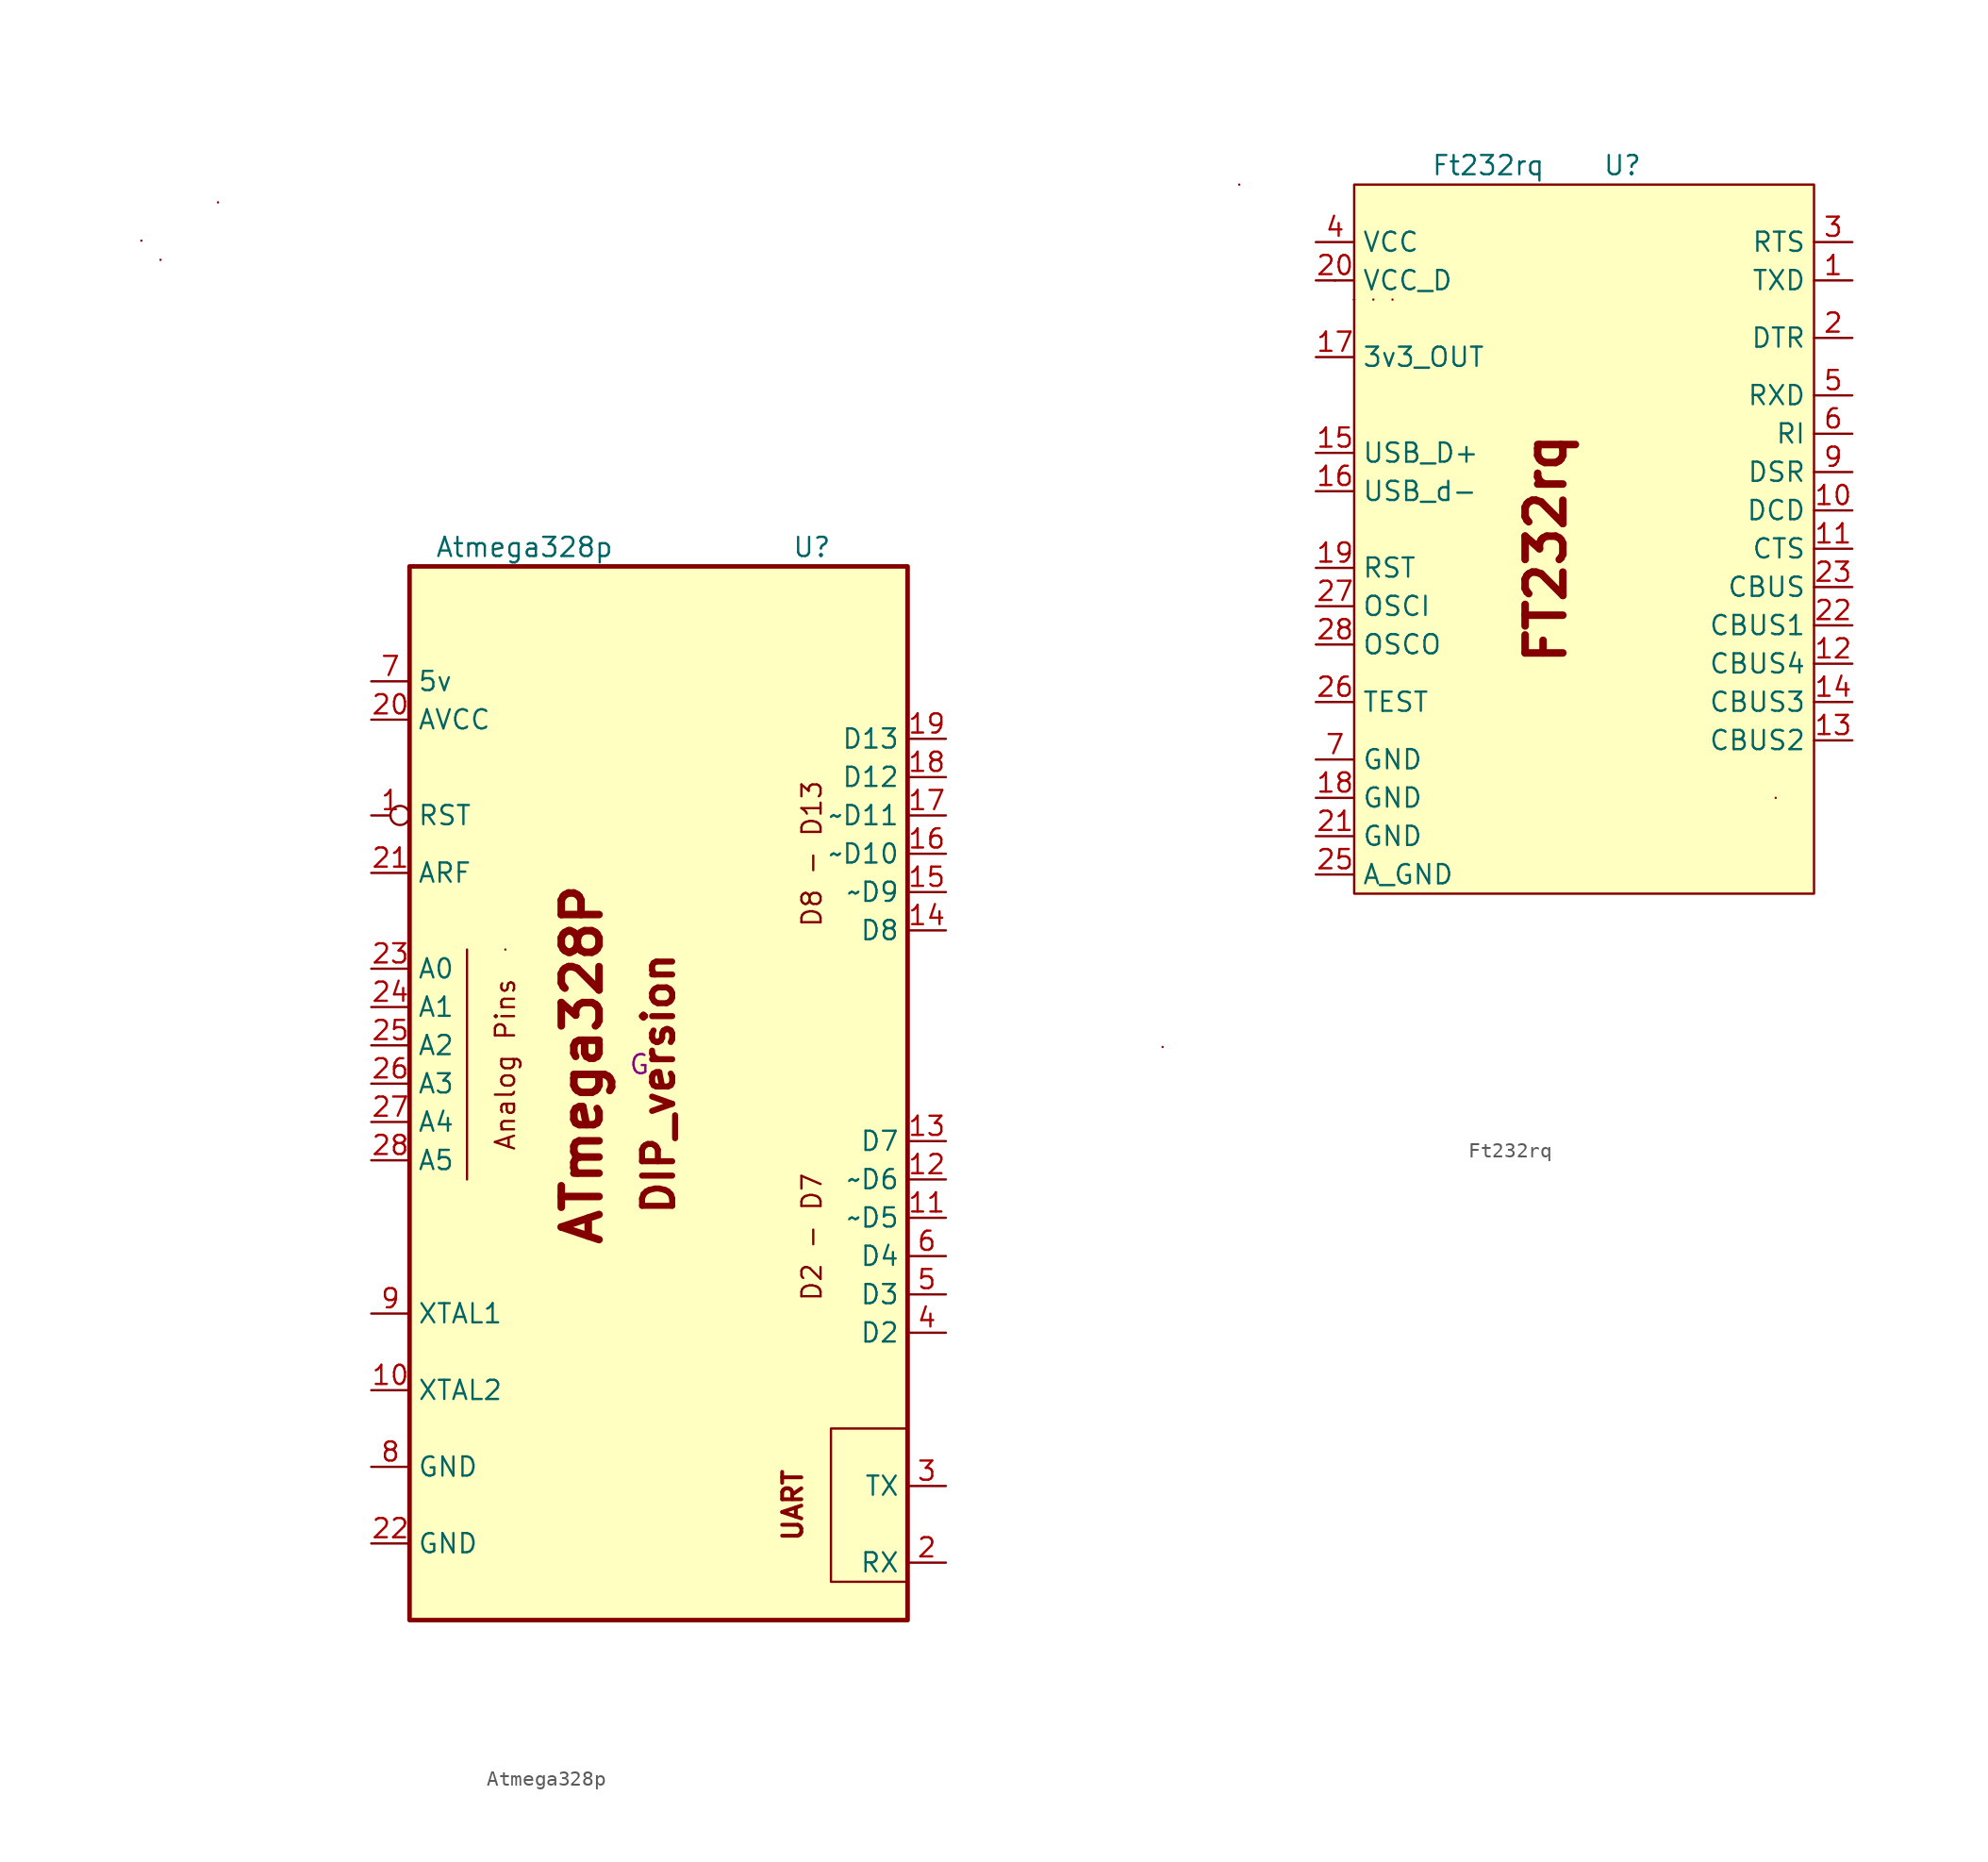
<source format=kicad_sym>
(kicad_symbol_lib
  (version 20211014)
  (generator kicad_symbol_editor)
  (symbol "Atmega328p"
    (property "Reference" "U"
      (at 11.43 34.29 0)
      (effects (font (size 1.27 1.27))))
    (property "Value" "Atmega328p"
      (at -7.62 34.29 0)
      (effects (font (size 1.27 1.27))))
    (property "Manfucture" "G"
      (at 0 0 0)
      (effects (font (size 1.27 1.27))))
    (symbol "Atmega328p_0_0"
      (polyline (pts (xy 17.78 -24.13) (xy 12.7 -24.13) (xy 12.7 -34.29) (xy 17.78 -34.29) (xy 17.78 -35.56)) (stroke (width 0) (type default) (color 0 0 0 0)) (fill (type none)))
      (text "Analog Pins" (at -8.89 0 900) (effects (font (size 1.27 1.27))))
      (text "ATmega328P" (at -3.81 0 900) (effects (font (size 2.5 2.5) bold)))
      (text "D2 - D7" (at 11.43 -11.43 900) (effects (font (size 1.27 1.27))))
      (text "D8 - D13" (at 11.43 13.97 900) (effects (font (size 1.27 1.27))))
      (text "DIP_version" (at 1.27 -1.27 900) (effects (font (size 2 2) bold)))
      (text "UART" (at 10.16 -29.21 900) (effects (font (size 1.27 1.27) bold))))
    (symbol "Atmega328p_0_1"
      (rectangle (start -33.02 54.61) (end -33.02 54.61) (stroke (width 0) (type default) (color 0 0 0 0)) (fill (type none)))
      (rectangle (start -31.75 53.34) (end -31.75 53.34) (stroke (width 0) (type default) (color 0 0 0 0)) (fill (type none)))
      (rectangle (start -27.94 57.15) (end -27.94 57.15) (stroke (width 0) (type default) (color 0 0 0 0)) (fill (type none)))
      (rectangle (start -15.24 33.02) (end 17.78 -36.83) (stroke (width 0.3) (type default) (color 0 0 0 0)) (fill (type background)))
      (arc (start -8.89 7.62) (mid -8.89 7.62) (end -8.89 7.62) (stroke (width 0) (type default) (color 0 0 0 0)) (fill (type none)))
      (polyline (pts (xy -11.43 7.62) (xy -11.43 -7.62)) (stroke (width 0) (type default) (color 0 0 0 0)) (fill (type none))))
    (symbol "Atmega328p_1_1"
      (pin passive inverted (at -17.78 16.51 0) (length 2.54) (name "RST" (effects (font (size 1.27 1.27)))) (number "1" (effects (font (size 1.27 1.27)))))
      (pin passive line (at -17.78 -21.59 0) (length 2.54) (name "XTAL2" (effects (font (size 1.27 1.27)))) (number "10" (effects (font (size 1.27 1.27)))))
      (pin bidirectional line (at 20.32 -10.16 180) (length 2.54) (name "~D5" (effects (font (size 1.27 1.27)))) (number "11" (effects (font (size 1.27 1.27)))))
      (pin bidirectional line (at 20.32 -7.62 180) (length 2.54) (name "~D6" (effects (font (size 1.27 1.27)))) (number "12" (effects (font (size 1.27 1.27)))))
      (pin bidirectional line (at 20.32 -5.08 180) (length 2.54) (name "D7" (effects (font (size 1.27 1.27)))) (number "13" (effects (font (size 1.27 1.27)))))
      (pin bidirectional line (at 20.32 8.89 180) (length 2.54) (name "D8" (effects (font (size 1.27 1.27)))) (number "14" (effects (font (size 1.27 1.27)))))
      (pin bidirectional line (at 20.32 11.43 180) (length 2.54) (name "~D9" (effects (font (size 1.27 1.27)))) (number "15" (effects (font (size 1.27 1.27)))))
      (pin bidirectional line (at 20.32 13.97 180) (length 2.54) (name "~D10" (effects (font (size 1.27 1.27)))) (number "16" (effects (font (size 1.27 1.27)))))
      (pin bidirectional line (at 20.32 16.51 180) (length 2.54) (name "~D11" (effects (font (size 1.27 1.27)))) (number "17" (effects (font (size 1.27 1.27)))))
      (pin bidirectional line (at 20.32 19.05 180) (length 2.54) (name "D12" (effects (font (size 1.27 1.27)))) (number "18" (effects (font (size 1.27 1.27)))))
      (pin bidirectional line (at 20.32 21.59 180) (length 2.54) (name "D13" (effects (font (size 1.27 1.27)))) (number "19" (effects (font (size 1.27 1.27)))))
      (pin bidirectional line (at 20.32 -33.02 180) (length 2.54) (name "RX" (effects (font (size 1.27 1.27)))) (number "2" (effects (font (size 1.27 1.27)))))
      (pin power_in line (at -17.78 22.86 0) (length 2.54) (name "AVCC" (effects (font (size 1.27 1.27)))) (number "20" (effects (font (size 1.27 1.27)))))
      (pin power_out line (at -17.78 12.7 0) (length 2.54) (name "ARF" (effects (font (size 1.27 1.27)))) (number "21" (effects (font (size 1.27 1.27)))))
      (pin power_in line (at -17.78 -31.75 0) (length 2.54) (name "GND" (effects (font (size 1.27 1.27)))) (number "22" (effects (font (size 1.27 1.27)))))
      (pin bidirectional line (at -17.78 6.35 0) (length 2.54) (name "A0" (effects (font (size 1.27 1.27)))) (number "23" (effects (font (size 1.27 1.27)))))
      (pin bidirectional line (at -17.78 3.81 0) (length 2.54) (name "A1" (effects (font (size 1.27 1.27)))) (number "24" (effects (font (size 1.27 1.27)))))
      (pin bidirectional line (at -17.78 1.27 0) (length 2.54) (name "A2" (effects (font (size 1.27 1.27)))) (number "25" (effects (font (size 1.27 1.27)))))
      (pin bidirectional line (at -17.78 -1.27 0) (length 2.54) (name "A3" (effects (font (size 1.27 1.27)))) (number "26" (effects (font (size 1.27 1.27)))))
      (pin bidirectional line (at -17.78 -3.81 0) (length 2.54) (name "A4" (effects (font (size 1.27 1.27)))) (number "27" (effects (font (size 1.27 1.27)))))
      (pin bidirectional line (at -17.78 -6.35 0) (length 2.54) (name "A5" (effects (font (size 1.27 1.27)))) (number "28" (effects (font (size 1.27 1.27)))))
      (pin bidirectional line (at 20.32 -27.94 180) (length 2.54) (name "TX" (effects (font (size 1.27 1.27)))) (number "3" (effects (font (size 1.27 1.27)))))
      (pin bidirectional line (at 20.32 -17.78 180) (length 2.54) (name "D2" (effects (font (size 1.27 1.27)))) (number "4" (effects (font (size 1.27 1.27)))))
      (pin bidirectional line (at 20.32 -15.24 180) (length 2.54) (name "D3" (effects (font (size 1.27 1.27)))) (number "5" (effects (font (size 1.27 1.27)))))
      (pin bidirectional line (at 20.32 -12.7 180) (length 2.54) (name "D4" (effects (font (size 1.27 1.27)))) (number "6" (effects (font (size 1.27 1.27)))))
      (pin power_in line (at -17.78 25.4 0) (length 2.54) (name "5v" (effects (font (size 1.27 1.27)))) (number "7" (effects (font (size 1.27 1.27)))))
      (pin power_in line (at -17.78 -26.67 0) (length 2.54) (name "GND" (effects (font (size 1.27 1.27)))) (number "8" (effects (font (size 1.27 1.27)))))
      (pin passive line (at -17.78 -16.51 0) (length 2.54) (name "XTAL1" (effects (font (size 1.27 1.27)))) (number "9" (effects (font (size 1.27 1.27)))))))
  (symbol "Ft232rq"
    (property "Reference" "U"
      (at 3.81 22.86 0)
      (effects (font (size 1.27 1.27))))
    (property "Value" "Ft232rq"
      (at -5.08 22.86 0)
      (effects (font (size 1.27 1.27))))
    (symbol "Ft232rq_0_0"
      (text "FT232rq" (at -1.27 -2.54 900) (effects (font (size 2.5 2.5) bold))))
    (symbol "Ft232rq_0_1"
      (rectangle (start -26.67 -35.56) (end -26.67 -35.56) (stroke (width 0) (type default) (color 0 0 0 0)) (fill (type none)))
      (rectangle (start -21.59 21.59) (end -21.59 21.59) (stroke (width 0) (type default) (color 0 0 0 0)) (fill (type none)))
      (rectangle (start -15.24 15.24) (end -15.24 15.24) (stroke (width 0) (type default) (color 0 0 0 0)) (fill (type none)))
      (rectangle (start -15.24 15.24) (end -15.24 15.24) (stroke (width 0) (type default) (color 0 0 0 0)) (fill (type none)))
      (rectangle (start -13.97 13.97) (end -13.97 13.97) (stroke (width 0) (type default) (color 0 0 0 0)) (fill (type none)))
      (rectangle (start -13.97 13.97) (end -13.97 13.97) (stroke (width 0) (type default) (color 0 0 0 0)) (fill (type none)))
      (rectangle (start -13.97 13.97) (end -13.97 13.97) (stroke (width 0) (type default) (color 0 0 0 0)) (fill (type none)))
      (rectangle (start -13.97 21.59) (end 16.51 -25.4) (stroke (width 0) (type default) (color 0 0 0 0)) (fill (type background)))
      (rectangle (start -12.7 13.97) (end -12.7 13.97) (stroke (width 0) (type default) (color 0 0 0 0)) (fill (type none)))
      (rectangle (start -11.43 13.97) (end -11.43 13.97) (stroke (width 0) (type default) (color 0 0 0 0)) (fill (type none)))
      (rectangle (start 13.97 -19.05) (end 13.97 -19.05) (stroke (width 0) (type default) (color 0 0 0 0)) (fill (type none))))
    (symbol "Ft232rq_1_1"
      (pin output line (at 19.05 15.24 180) (length 2.54) (name "TXD" (effects (font (size 1.27 1.27)))) (number "1" (effects (font (size 1.27 1.27)))))
      (pin input line (at 19.05 0 180) (length 2.54) (name "DCD" (effects (font (size 1.27 1.27)))) (number "10" (effects (font (size 1.27 1.27)))))
      (pin input line (at 19.05 -2.54 180) (length 2.54) (name "CTS" (effects (font (size 1.27 1.27)))) (number "11" (effects (font (size 1.27 1.27)))))
      (pin bidirectional line (at 19.05 -10.16 180) (length 2.54) (name "CBUS4" (effects (font (size 1.27 1.27)))) (number "12" (effects (font (size 1.27 1.27)))))
      (pin bidirectional line (at 19.05 -15.24 180) (length 2.54) (name "CBUS2" (effects (font (size 1.27 1.27)))) (number "13" (effects (font (size 1.27 1.27)))))
      (pin bidirectional line (at 19.05 -12.7 180) (length 2.54) (name "CBUS3" (effects (font (size 1.27 1.27)))) (number "14" (effects (font (size 1.27 1.27)))))
      (pin bidirectional line (at -16.51 3.81 0) (length 2.54) (name "USB_D+" (effects (font (size 1.27 1.27)))) (number "15" (effects (font (size 1.27 1.27)))))
      (pin bidirectional line (at -16.51 1.27 0) (length 2.54) (name "USB_d-" (effects (font (size 1.27 1.27)))) (number "16" (effects (font (size 1.27 1.27)))))
      (pin power_out line (at -16.51 10.16 0) (length 2.54) (name "3v3_OUT" (effects (font (size 1.27 1.27)))) (number "17" (effects (font (size 1.27 1.27)))))
      (pin power_in line (at -16.51 -19.05 0) (length 2.54) (name "GND" (effects (font (size 1.27 1.27)))) (number "18" (effects (font (size 1.27 1.27)))))
      (pin input line (at -16.51 -3.81 0) (length 2.54) (name "RST" (effects (font (size 1.27 1.27)))) (number "19" (effects (font (size 1.27 1.27)))))
      (pin output line (at 19.05 11.43 180) (length 2.54) (name "DTR" (effects (font (size 1.27 1.27)))) (number "2" (effects (font (size 1.27 1.27)))))
      (pin power_in line (at -16.51 15.24 0) (length 2.54) (name "VCC_D" (effects (font (size 1.27 1.27)))) (number "20" (effects (font (size 1.27 1.27)))))
      (pin power_in line (at -16.51 -21.59 0) (length 2.54) (name "GND" (effects (font (size 1.27 1.27)))) (number "21" (effects (font (size 1.27 1.27)))))
      (pin bidirectional line (at 19.05 -7.62 180) (length 2.54) (name "CBUS1" (effects (font (size 1.27 1.27)))) (number "22" (effects (font (size 1.27 1.27)))))
      (pin bidirectional line (at 19.05 -5.08 180) (length 2.54) (name "CBUS" (effects (font (size 1.27 1.27)))) (number "23" (effects (font (size 1.27 1.27)))))
      (pin no_connect line (at 19.05 -22.86 180) (length 2.54) hide (name "NC" (effects (font (size 1.27 1.27)))) (number "24" (effects (font (size 1.27 1.27)))))
      (pin power_in line (at -16.51 -24.13 0) (length 2.54) (name "A_GND" (effects (font (size 1.27 1.27)))) (number "25" (effects (font (size 1.27 1.27)))))
      (pin output line (at -16.51 -12.7 0) (length 2.54) (name "TEST" (effects (font (size 1.27 1.27)))) (number "26" (effects (font (size 1.27 1.27)))))
      (pin input line (at -16.51 -6.35 0) (length 2.54) (name "OSCI" (effects (font (size 1.27 1.27)))) (number "27" (effects (font (size 1.27 1.27)))))
      (pin output line (at -16.51 -8.89 0) (length 2.54) (name "OSCO" (effects (font (size 1.27 1.27)))) (number "28" (effects (font (size 1.27 1.27)))))
      (pin output line (at 19.05 17.78 180) (length 2.54) (name "RTS" (effects (font (size 1.27 1.27)))) (number "3" (effects (font (size 1.27 1.27)))))
      (pin power_in line (at -16.51 17.78 0) (length 2.54) (name "VCC" (effects (font (size 1.27 1.27)))) (number "4" (effects (font (size 1.27 1.27)))))
      (pin input line (at 19.05 7.62 180) (length 2.54) (name "RXD" (effects (font (size 1.27 1.27)))) (number "5" (effects (font (size 1.27 1.27)))))
      (pin input line (at 19.05 5.08 180) (length 2.54) (name "RI" (effects (font (size 1.27 1.27)))) (number "6" (effects (font (size 1.27 1.27)))))
      (pin power_in line (at -16.51 -16.51 0) (length 2.54) (name "GND" (effects (font (size 1.27 1.27)))) (number "7" (effects (font (size 1.27 1.27)))))
      (pin no_connect line (at 19.05 -19.05 180) (length 2.54) hide (name "NC" (effects (font (size 1.27 1.27)))) (number "8" (effects (font (size 1.27 1.27)))))
      (pin input line (at 19.05 2.54 180) (length 2.54) (name "DSR" (effects (font (size 1.27 1.27)))) (number "9" (effects (font (size 1.27 1.27))))))))
</source>
